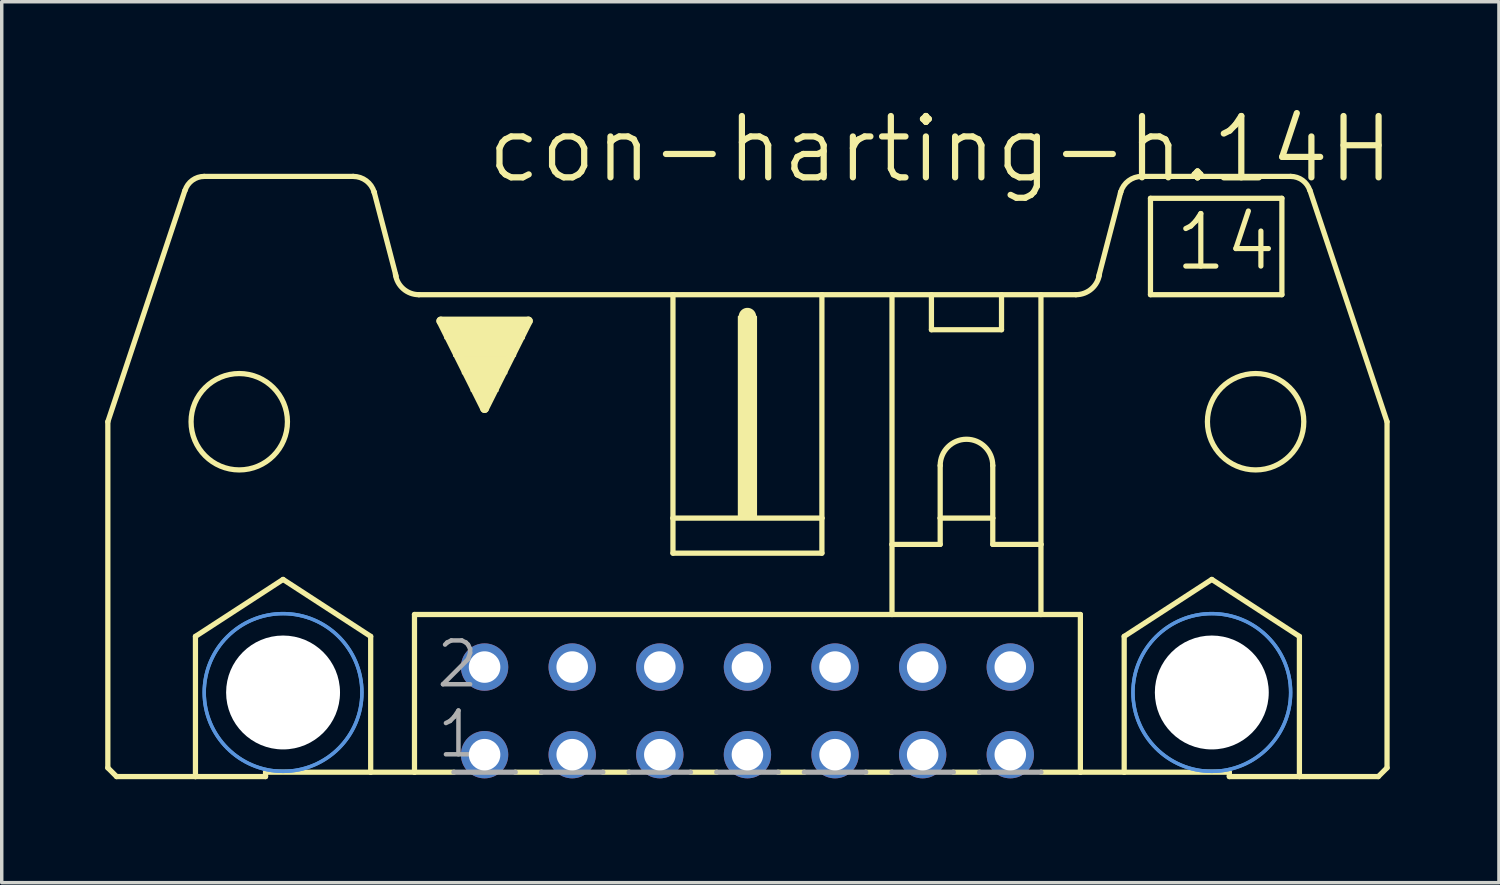
<source format=kicad_pcb>
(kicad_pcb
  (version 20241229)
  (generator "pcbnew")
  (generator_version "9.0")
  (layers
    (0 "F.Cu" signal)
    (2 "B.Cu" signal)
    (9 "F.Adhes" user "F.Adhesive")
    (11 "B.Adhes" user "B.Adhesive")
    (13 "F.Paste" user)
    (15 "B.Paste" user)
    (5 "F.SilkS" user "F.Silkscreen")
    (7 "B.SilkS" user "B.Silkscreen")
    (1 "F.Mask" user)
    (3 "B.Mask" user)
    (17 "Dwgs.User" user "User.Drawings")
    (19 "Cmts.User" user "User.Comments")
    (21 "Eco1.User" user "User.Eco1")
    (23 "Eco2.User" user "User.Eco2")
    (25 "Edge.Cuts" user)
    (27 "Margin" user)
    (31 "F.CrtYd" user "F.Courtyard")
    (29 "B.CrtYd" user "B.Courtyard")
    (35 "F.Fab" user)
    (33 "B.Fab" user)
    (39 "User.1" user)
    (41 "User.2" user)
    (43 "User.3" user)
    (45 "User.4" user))
  (footprint "con-harting-h.14H"
    (layer "F.Cu")
    (at 18.618 17.558)
    (property "Reference" "con-harting-h.14H" (at -7.645 -15.24 0) (layer "F.SilkS") (effects (font (size 1.778 1.778) (thickness 0.18)) (justify left bottom)))
    (attr through_hole)
    (fp_line (start -18.542 1.651) (end -18.542 -8.382) (stroke (width 0.152) (type default)) (layer "F.SilkS"))
    (fp_line (start -18.542 1.651) (end -18.288 1.905) (stroke (width 0.152) (type default)) (layer "F.SilkS"))
    (fp_line (start -18.288 1.905) (end -16.002 1.905) (stroke (width 0.152) (type default)) (layer "F.SilkS"))
    (fp_line (start -16.307 -15.088) (end -18.542 -8.382) (stroke (width 0.152) (type default)) (layer "F.SilkS"))
    (fp_line (start -16.002 -2.159) (end -13.462 -3.81) (stroke (width 0.152) (type default)) (layer "F.SilkS"))
    (fp_line (start -16.002 1.905) (end -16.002 -2.159) (stroke (width 0.152) (type default)) (layer "F.SilkS"))
    (fp_line (start -16.002 1.905) (end -13.97 1.905) (stroke (width 0.152) (type default)) (layer "F.SilkS"))
    (fp_line (start -13.97 1.778) (end -13.97 1.905) (stroke (width 0.152) (type default)) (layer "F.SilkS"))
    (fp_line (start -13.97 1.778) (end -10.922 1.778) (stroke (width 0.152) (type default)) (layer "F.SilkS"))
    (fp_line (start -13.462 -3.81) (end -10.922 -2.159) (stroke (width 0.152) (type default)) (layer "F.SilkS"))
    (fp_line (start -11.43 -15.494) (end -15.748 -15.494) (stroke (width 0.152) (type default)) (layer "F.SilkS"))
    (fp_line (start -10.922 1.778) (end -10.922 -2.159) (stroke (width 0.152) (type default)) (layer "F.SilkS"))
    (fp_line (start -10.922 1.778) (end -9.652 1.778) (stroke (width 0.152) (type default)) (layer "F.SilkS"))
    (fp_line (start -10.185 -12.598) (end -10.82 -15.037) (stroke (width 0.152) (type default)) (layer "F.SilkS"))
    (fp_line (start -9.652 -2.794) (end -9.652 1.778) (stroke (width 0.152) (type default)) (layer "F.SilkS"))
    (fp_line (start -9.652 1.778) (end -8.509 1.778) (stroke (width 0.152) (type default)) (layer "F.SilkS"))
    (fp_line (start -9.525 -12.065) (end -2.159 -12.065) (stroke (width 0.152) (type default)) (layer "F.SilkS"))
    (fp_line (start -8.89 -11.303) (end -6.35 -11.303) (stroke (width 0.254) (type default)) (layer "F.SilkS"))
    (fp_line (start -7.62 -8.763) (end -8.89 -11.303) (stroke (width 0.254) (type default)) (layer "F.SilkS"))
    (fp_line (start -6.731 1.778) (end -5.969 1.778) (stroke (width 0.152) (type default)) (layer "F.SilkS"))
    (fp_line (start -6.35 -11.303) (end -7.62 -8.763) (stroke (width 0.254) (type default)) (layer "F.SilkS"))
    (fp_line (start -4.191 1.778) (end -3.429 1.778) (stroke (width 0.152) (type default)) (layer "F.SilkS"))
    (fp_line (start -2.159 -12.065) (end -2.159 -5.588) (stroke (width 0.152) (type default)) (layer "F.SilkS"))
    (fp_line (start -2.159 -12.065) (end 2.159 -12.065) (stroke (width 0.152) (type default)) (layer "F.SilkS"))
    (fp_line (start -2.159 -5.588) (end -2.159 -4.572) (stroke (width 0.152) (type default)) (layer "F.SilkS"))
    (fp_line (start -1.651 1.778) (end -0.889 1.778) (stroke (width 0.152) (type default)) (layer "F.SilkS"))
    (fp_line (start 0 -11.176) (end 0 -11.43) (stroke (width 0.508) (type default)) (layer "F.SilkS"))
    (fp_line (start 0.889 1.778) (end 1.651 1.778) (stroke (width 0.152) (type default)) (layer "F.SilkS"))
    (fp_line (start 2.159 -12.065) (end 2.159 -5.588) (stroke (width 0.152) (type default)) (layer "F.SilkS"))
    (fp_line (start 2.159 -12.065) (end 4.191 -12.065) (stroke (width 0.152) (type default)) (layer "F.SilkS"))
    (fp_line (start 2.159 -5.588) (end -2.159 -5.588) (stroke (width 0.152) (type default)) (layer "F.SilkS"))
    (fp_line (start 2.159 -5.588) (end 2.159 -4.572) (stroke (width 0.152) (type default)) (layer "F.SilkS"))
    (fp_line (start 2.159 -4.572) (end -2.159 -4.572) (stroke (width 0.152) (type default)) (layer "F.SilkS"))
    (fp_line (start 3.429 1.778) (end 4.191 1.778) (stroke (width 0.152) (type default)) (layer "F.SilkS"))
    (fp_line (start 4.191 -12.065) (end 9.525 -12.065) (stroke (width 0.152) (type default)) (layer "F.SilkS"))
    (fp_line (start 4.191 -4.826) (end 4.191 -12.065) (stroke (width 0.152) (type default)) (layer "F.SilkS"))
    (fp_line (start 4.191 -4.826) (end 4.191 -2.794) (stroke (width 0.152) (type default)) (layer "F.SilkS"))
    (fp_line (start 4.191 -4.826) (end 5.588 -4.826) (stroke (width 0.152) (type default)) (layer "F.SilkS"))
    (fp_line (start 4.191 -2.794) (end -9.652 -2.794) (stroke (width 0.152) (type default)) (layer "F.SilkS"))
    (fp_line (start 5.334 -11.049) (end 5.334 -12.065) (stroke (width 0.152) (type default)) (layer "F.SilkS"))
    (fp_line (start 5.334 -11.049) (end 7.366 -11.049) (stroke (width 0.152) (type default)) (layer "F.SilkS"))
    (fp_line (start 5.588 -7.112) (end 5.588 -5.588) (stroke (width 0.152) (type default)) (layer "F.SilkS"))
    (fp_line (start 5.588 -5.588) (end 5.588 -4.826) (stroke (width 0.152) (type default)) (layer "F.SilkS"))
    (fp_line (start 5.588 -5.588) (end 7.112 -5.588) (stroke (width 0.152) (type default)) (layer "F.SilkS"))
    (fp_line (start 5.969 1.778) (end 6.731 1.778) (stroke (width 0.152) (type default)) (layer "F.SilkS"))
    (fp_line (start 7.112 -7.112) (end 7.112 -5.588) (stroke (width 0.152) (type default)) (layer "F.SilkS"))
    (fp_line (start 7.112 -5.588) (end 7.112 -4.826) (stroke (width 0.152) (type default)) (layer "F.SilkS"))
    (fp_line (start 7.112 -4.826) (end 8.509 -4.826) (stroke (width 0.152) (type default)) (layer "F.SilkS"))
    (fp_line (start 7.366 -12.065) (end 7.366 -11.049) (stroke (width 0.152) (type default)) (layer "F.SilkS"))
    (fp_line (start 8.509 -4.826) (end 8.509 -12.065) (stroke (width 0.152) (type default)) (layer "F.SilkS"))
    (fp_line (start 8.509 -4.826) (end 8.509 -2.794) (stroke (width 0.152) (type default)) (layer "F.SilkS"))
    (fp_line (start 8.509 -2.794) (end 4.191 -2.794) (stroke (width 0.152) (type default)) (layer "F.SilkS"))
    (fp_line (start 9.652 -2.794) (end 8.509 -2.794) (stroke (width 0.152) (type default)) (layer "F.SilkS"))
    (fp_line (start 9.652 -2.794) (end 9.652 1.778) (stroke (width 0.152) (type default)) (layer "F.SilkS"))
    (fp_line (start 9.652 1.778) (end 8.509 1.778) (stroke (width 0.152) (type default)) (layer "F.SilkS"))
    (fp_line (start 10.185 -12.598) (end 10.82 -15.037) (stroke (width 0.152) (type default)) (layer "F.SilkS"))
    (fp_line (start 10.922 -2.159) (end 13.462 -3.81) (stroke (width 0.152) (type default)) (layer "F.SilkS"))
    (fp_line (start 10.922 1.778) (end 9.652 1.778) (stroke (width 0.152) (type default)) (layer "F.SilkS"))
    (fp_line (start 10.922 1.778) (end 10.922 -2.159) (stroke (width 0.152) (type default)) (layer "F.SilkS"))
    (fp_line (start 11.43 -15.494) (end 15.748 -15.494) (stroke (width 0.152) (type default)) (layer "F.SilkS"))
    (fp_line (start 11.684 -14.859) (end 11.684 -12.065) (stroke (width 0.152) (type default)) (layer "F.SilkS"))
    (fp_line (start 11.684 -12.065) (end 15.494 -12.065) (stroke (width 0.152) (type default)) (layer "F.SilkS"))
    (fp_line (start 13.462 -3.81) (end 16.002 -2.159) (stroke (width 0.152) (type default)) (layer "F.SilkS"))
    (fp_line (start 13.97 1.778) (end 10.922 1.778) (stroke (width 0.152) (type default)) (layer "F.SilkS"))
    (fp_line (start 13.97 1.778) (end 13.97 1.905) (stroke (width 0.152) (type default)) (layer "F.SilkS"))
    (fp_line (start 15.494 -14.859) (end 11.684 -14.859) (stroke (width 0.152) (type default)) (layer "F.SilkS"))
    (fp_line (start 15.494 -14.859) (end 15.494 -12.065) (stroke (width 0.152) (type default)) (layer "F.SilkS"))
    (fp_line (start 16.002 1.905) (end 13.97 1.905) (stroke (width 0.152) (type default)) (layer "F.SilkS"))
    (fp_line (start 16.002 1.905) (end 16.002 -2.159) (stroke (width 0.152) (type default)) (layer "F.SilkS"))
    (fp_line (start 16.307 -15.088) (end 18.542 -8.382) (stroke (width 0.152) (type default)) (layer "F.SilkS"))
    (fp_line (start 18.288 1.905) (end 16.002 1.905) (stroke (width 0.152) (type default)) (layer "F.SilkS"))
    (fp_line (start 18.542 1.651) (end 18.288 1.905) (stroke (width 0.152) (type default)) (layer "F.SilkS"))
    (fp_line (start 18.542 1.651) (end 18.542 -8.382) (stroke (width 0.152) (type default)) (layer "F.SilkS"))
    (fp_rect (start -8.763 -10.795) (end -6.477 -11.303) (stroke (width 0.05) (type default)) (fill yes) (layer "F.SilkS"))
    (fp_rect (start -8.509 -10.287) (end -6.731 -10.795) (stroke (width 0.05) (type default)) (fill yes) (layer "F.SilkS"))
    (fp_rect (start -8.255 -9.779) (end -6.985 -10.287) (stroke (width 0.05) (type default)) (fill yes) (layer "F.SilkS"))
    (fp_rect (start -8.001 -9.271) (end -7.239 -9.779) (stroke (width 0.05) (type default)) (fill yes) (layer "F.SilkS"))
    (fp_rect (start -7.747 -9.017) (end -7.493 -9.271) (stroke (width 0.05) (type default)) (fill yes) (layer "F.SilkS"))
    (fp_rect (start -0.254 -5.588) (end 0.254 -11.43) (stroke (width 0.05) (type default)) (fill yes) (layer "F.SilkS"))
    (fp_arc (start -16.3044 -15.0878) (mid -16.092454 -15.38168) (end -15.748 -15.4941) (stroke (width 0.1524) (type default)) (layer "F.SilkS"))
    (fp_arc (start -11.43 -15.494) (mid -11.049 -15.367) (end -10.8204 -15.0368) (stroke (width 0.1524) (type default)) (layer "F.SilkS"))
    (fp_arc (start -10.8204 -15.0368) (mid -10.817084 -15.024931) (end -10.814 -15.013) (stroke (width 0.1524) (type default)) (layer "F.SilkS"))
    (fp_arc (start -9.525 -12.065) (mid -9.976774 -12.234824) (end -10.2048 -12.6602) (stroke (width 0.1524) (type default)) (layer "F.SilkS"))
    (fp_arc (start 5.588 -7.112) (mid 6.35 -7.874) (end 7.112 -7.112) (stroke (width 0.1524) (type default)) (layer "F.SilkS"))
    (fp_arc (start 10.2048 -12.6602) (mid 9.976774 -12.234824) (end 9.525 -12.065) (stroke (width 0.1524) (type default)) (layer "F.SilkS"))
    (fp_arc (start 10.814 -15.013) (mid 10.817084 -15.024931) (end 10.8204 -15.0368) (stroke (width 0.1524) (type default)) (layer "F.SilkS"))
    (fp_arc (start 10.8204 -15.0368) (mid 11.049 -15.367) (end 11.43 -15.494) (stroke (width 0.1524) (type default)) (layer "F.SilkS"))
    (fp_arc (start 15.748 -15.494) (mid 16.092385 -15.38161) (end 16.3043 -15.0878) (stroke (width 0.1524) (type default)) (layer "F.SilkS"))
    (fp_circle (center -14.732 -8.382) (end -13.335 -8.382) (stroke (width 0.152) (type default)) (fill no) (layer "F.SilkS"))
    (fp_circle (center -13.462 -0.533) (end -12.141 -0.533) (stroke (width 0.152) (type default)) (fill no) (layer "F.SilkS"))
    (fp_circle (center 13.462 -0.533) (end 14.783 -0.533) (stroke (width 0.152) (type default)) (fill no) (layer "F.SilkS"))
    (fp_circle (center 14.732 -8.382) (end 16.129 -8.382) (stroke (width 0.152) (type default)) (fill no) (layer "F.SilkS"))
    (fp_circle (center -13.462 -0.533) (end -11.176 -0.533) (stroke (width 0.1) (type default)) (fill no) (layer "Cmts.User"))
    (fp_circle (center -13.462 -0.533) (end -11.176 -0.533) (stroke (width 0.1) (type default)) (fill no) (layer "Cmts.User"))
    (fp_circle (center 13.462 -0.533) (end 15.748 -0.533) (stroke (width 0.1) (type default)) (fill no) (layer "Cmts.User"))
    (fp_circle (center 13.462 -0.533) (end 15.748 -0.533) (stroke (width 0.1) (type default)) (fill no) (layer "Cmts.User"))
    (fp_line (start -8.509 1.778) (end -6.731 1.778) (stroke (width 0.152) (type default)) (layer "F.Fab"))
    (fp_line (start -5.969 1.778) (end -4.191 1.778) (stroke (width 0.152) (type default)) (layer "F.Fab"))
    (fp_line (start -3.429 1.778) (end -1.651 1.778) (stroke (width 0.152) (type default)) (layer "F.Fab"))
    (fp_line (start -0.889 1.778) (end 0.889 1.778) (stroke (width 0.152) (type default)) (layer "F.Fab"))
    (fp_line (start 3.429 1.778) (end 1.651 1.778) (stroke (width 0.152) (type default)) (layer "F.Fab"))
    (fp_line (start 5.969 1.778) (end 4.191 1.778) (stroke (width 0.152) (type default)) (layer "F.Fab"))
    (fp_line (start 8.509 1.778) (end 6.731 1.778) (stroke (width 0.152) (type default)) (layer "F.Fab"))
    (fp_text user "14" (at 12.319 -12.7 0) (layer "F.SilkS") (effects (font (size 1.524 1.524) (thickness 0.15)) (justify left bottom)))
    (fp_text user "1" (at -9.068 1.422 0) (layer "F.Fab") (effects (font (size 1.27 1.27) (thickness 0.13)) (justify left bottom)))
    (fp_text user "2" (at -9.093 -0.61 0) (layer "F.Fab") (effects (font (size 1.27 1.27) (thickness 0.13)) (justify left bottom)))
    (pad "" np_thru_hole circle (at -13.462 -0.533) (size 3.302 3.302) (drill 3.302) (layers "*.Cu" "*.Mask"))
    (pad "" np_thru_hole circle (at 13.462 -0.533) (size 3.302 3.302) (drill 3.302) (layers "*.Cu" "*.Mask"))
    (pad "1" thru_hole circle (at -7.62 1.27) (size 1.372 1.372) (drill 0.914) (layers "*.Cu" "*.Mask"))
    (pad "2" thru_hole circle (at -7.62 -1.27) (size 1.372 1.372) (drill 0.914) (layers "*.Cu" "*.Mask"))
    (pad "3" thru_hole circle (at -5.08 1.27) (size 1.372 1.372) (drill 0.914) (layers "*.Cu" "*.Mask"))
    (pad "4" thru_hole circle (at -5.08 -1.27) (size 1.372 1.372) (drill 0.914) (layers "*.Cu" "*.Mask"))
    (pad "5" thru_hole circle (at -2.54 1.27) (size 1.372 1.372) (drill 0.914) (layers "*.Cu" "*.Mask"))
    (pad "6" thru_hole circle (at -2.54 -1.27) (size 1.372 1.372) (drill 0.914) (layers "*.Cu" "*.Mask"))
    (pad "7" thru_hole circle (at 0 1.27) (size 1.372 1.372) (drill 0.914) (layers "*.Cu" "*.Mask"))
    (pad "8" thru_hole circle (at 0 -1.27) (size 1.372 1.372) (drill 0.914) (layers "*.Cu" "*.Mask"))
    (pad "9" thru_hole circle (at 2.54 1.27) (size 1.372 1.372) (drill 0.914) (layers "*.Cu" "*.Mask"))
    (pad "10" thru_hole circle (at 2.54 -1.27) (size 1.372 1.372) (drill 0.914) (layers "*.Cu" "*.Mask"))
    (pad "11" thru_hole circle (at 5.08 1.27) (size 1.372 1.372) (drill 0.914) (layers "*.Cu" "*.Mask"))
    (pad "12" thru_hole circle (at 5.08 -1.27) (size 1.372 1.372) (drill 0.914) (layers "*.Cu" "*.Mask"))
    (pad "13" thru_hole circle (at 7.62 1.27) (size 1.372 1.372) (drill 0.914) (layers "*.Cu" "*.Mask"))
    (pad "14" thru_hole circle (at 7.62 -1.27) (size 1.372 1.372) (drill 0.914) (layers "*.Cu" "*.Mask")))
  (gr_rect
    (start -3 -3)
    (end 40.404 22.539)
    (stroke (width 0.1) (type default))
    (fill no)
    (layer "Edge.Cuts")))
</source>
